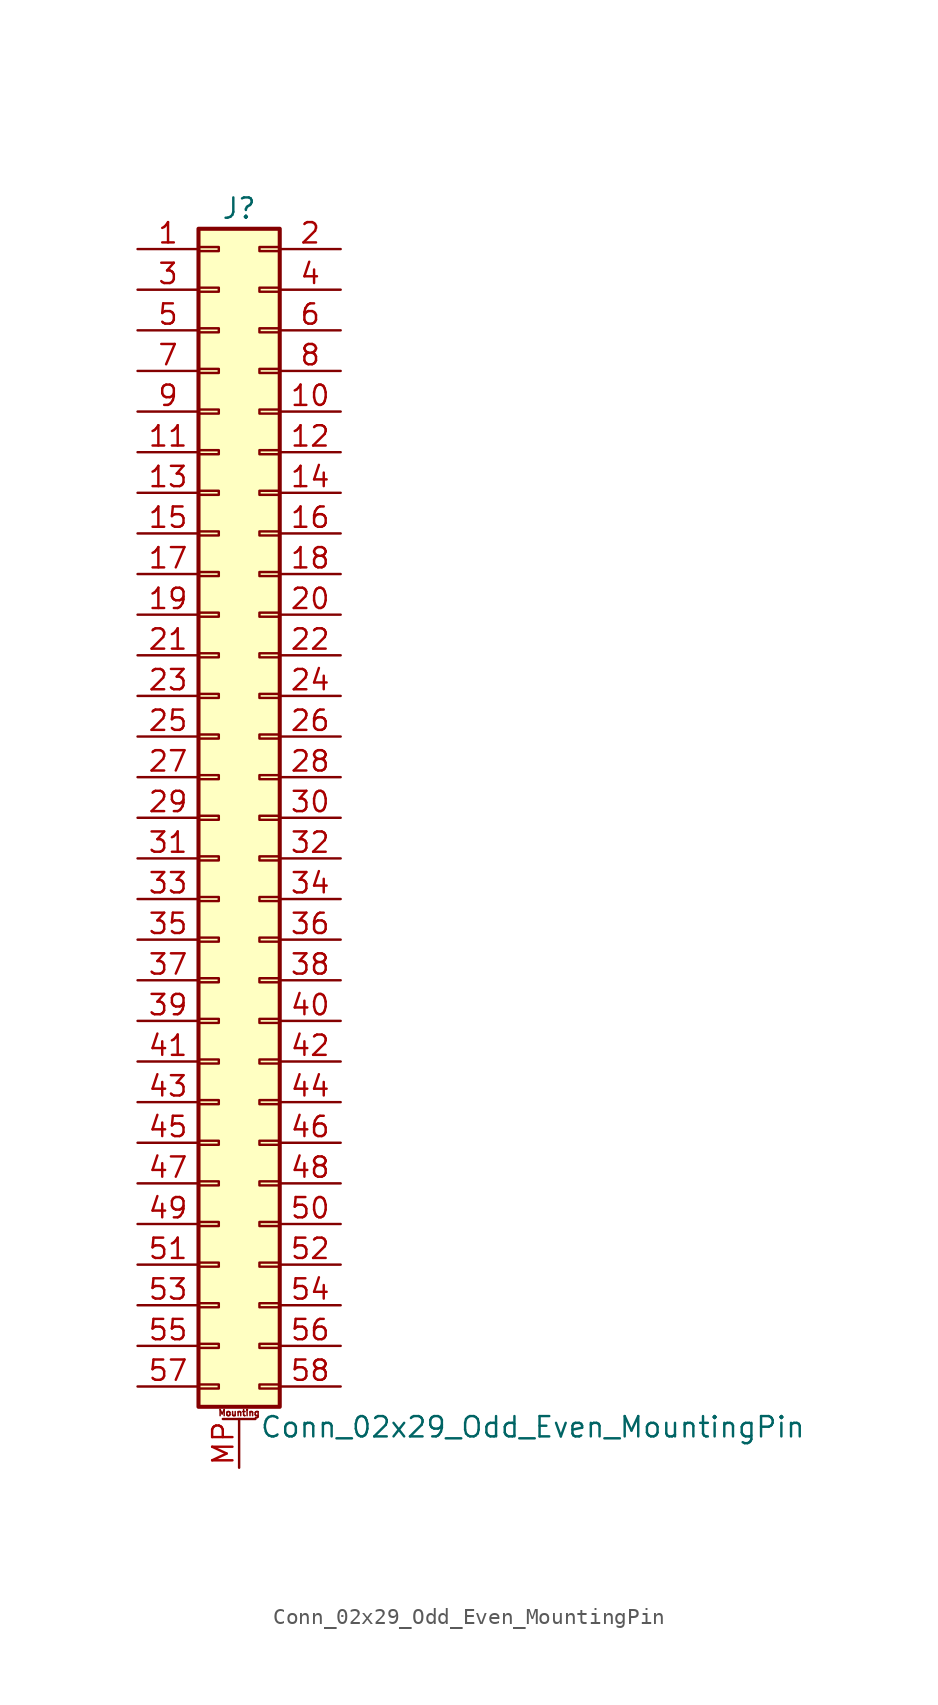
<source format=kicad_sym>
(kicad_symbol_lib
  (version 20201005)
  (generator kicad_symbol_editor)
  (symbol "Connector_Generic_MountingPin:Conn_02x29_Odd_Even_MountingPin"
    (pin_names
      (offset 1.016) hide)
    (property "Reference" "J"
      (at 1.27 38.1 0)
      (effects (font (size 1.27 1.27))))
    (property "Value" "Conn_02x29_Odd_Even_MountingPin"
      (at 2.54 -38.1 0)
      (effects (font (size 1.27 1.27)) (justify left)))
    (symbol "Conn_02x29_Odd_Even_MountingPin_1_1"
      (text "Mounting" (at 1.27 -37.211 0) (effects (font (size 0.381 0.381))))
      (rectangle (start -1.27 -27.813) (end 0 -28.067) (stroke (width 0.152)) (fill (type none)))
      (rectangle (start -1.27 -30.353) (end 0 -30.607) (stroke (width 0.152)) (fill (type none)))
      (rectangle (start -1.27 -32.893) (end 0 -33.147) (stroke (width 0.152)) (fill (type none)))
      (rectangle (start -1.27 -35.433) (end 0 -35.687) (stroke (width 0.152)) (fill (type none)))
      (rectangle (start -1.27 -4.953) (end 0 -5.207) (stroke (width 0.152)) (fill (type none)))
      (rectangle (start -1.27 -7.493) (end 0 -7.747) (stroke (width 0.152)) (fill (type none)))
      (rectangle (start -1.27 -10.033) (end 0 -10.287) (stroke (width 0.152)) (fill (type none)))
      (rectangle (start -1.27 -12.573) (end 0 -12.827) (stroke (width 0.152)) (fill (type none)))
      (rectangle (start -1.27 -15.113) (end 0 -15.367) (stroke (width 0.152)) (fill (type none)))
      (rectangle (start -1.27 -17.653) (end 0 -17.907) (stroke (width 0.152)) (fill (type none)))
      (rectangle (start -1.27 -20.193) (end 0 -20.447) (stroke (width 0.152)) (fill (type none)))
      (rectangle (start -1.27 -22.733) (end 0 -22.987) (stroke (width 0.152)) (fill (type none)))
      (rectangle (start -1.27 -2.413) (end 0 -2.667) (stroke (width 0.152)) (fill (type none)))
      (rectangle (start -1.27 -25.273) (end 0 -25.527) (stroke (width 0.152)) (fill (type none)))
      (rectangle (start -1.27 25.527) (end 0 25.273) (stroke (width 0.152)) (fill (type none)))
      (rectangle (start -1.27 2.667) (end 0 2.413) (stroke (width 0.152)) (fill (type none)))
      (rectangle (start -1.27 28.067) (end 0 27.813) (stroke (width 0.152)) (fill (type none)))
      (rectangle (start -1.27 30.607) (end 0 30.353) (stroke (width 0.152)) (fill (type none)))
      (rectangle (start -1.27 33.147) (end 0 32.893) (stroke (width 0.152)) (fill (type none)))
      (rectangle (start -1.27 35.687) (end 0 35.433) (stroke (width 0.152)) (fill (type none)))
      (rectangle (start -1.27 36.83) (end 3.81 -36.83) (stroke (width 0.254)) (fill (type background)))
      (rectangle (start -1.27 5.207) (end 0 4.953) (stroke (width 0.152)) (fill (type none)))
      (rectangle (start -1.27 7.747) (end 0 7.493) (stroke (width 0.152)) (fill (type none)))
      (rectangle (start -1.27 10.287) (end 0 10.033) (stroke (width 0.152)) (fill (type none)))
      (rectangle (start -1.27 0.127) (end 0 -0.127) (stroke (width 0.152)) (fill (type none)))
      (rectangle (start -1.27 12.827) (end 0 12.573) (stroke (width 0.152)) (fill (type none)))
      (rectangle (start -1.27 15.367) (end 0 15.113) (stroke (width 0.152)) (fill (type none)))
      (rectangle (start -1.27 17.907) (end 0 17.653) (stroke (width 0.152)) (fill (type none)))
      (rectangle (start -1.27 20.447) (end 0 20.193) (stroke (width 0.152)) (fill (type none)))
      (rectangle (start -1.27 22.987) (end 0 22.733) (stroke (width 0.152)) (fill (type none)))
      (rectangle (start 3.81 -27.813) (end 2.54 -28.067) (stroke (width 0.152)) (fill (type none)))
      (rectangle (start 3.81 -30.353) (end 2.54 -30.607) (stroke (width 0.152)) (fill (type none)))
      (rectangle (start 3.81 -32.893) (end 2.54 -33.147) (stroke (width 0.152)) (fill (type none)))
      (rectangle (start 3.81 -35.433) (end 2.54 -35.687) (stroke (width 0.152)) (fill (type none)))
      (rectangle (start 3.81 -4.953) (end 2.54 -5.207) (stroke (width 0.152)) (fill (type none)))
      (rectangle (start 3.81 -7.493) (end 2.54 -7.747) (stroke (width 0.152)) (fill (type none)))
      (rectangle (start 3.81 -10.033) (end 2.54 -10.287) (stroke (width 0.152)) (fill (type none)))
      (rectangle (start 3.81 -12.573) (end 2.54 -12.827) (stroke (width 0.152)) (fill (type none)))
      (rectangle (start 3.81 -15.113) (end 2.54 -15.367) (stroke (width 0.152)) (fill (type none)))
      (rectangle (start 3.81 -17.653) (end 2.54 -17.907) (stroke (width 0.152)) (fill (type none)))
      (rectangle (start 3.81 -20.193) (end 2.54 -20.447) (stroke (width 0.152)) (fill (type none)))
      (rectangle (start 3.81 -22.733) (end 2.54 -22.987) (stroke (width 0.152)) (fill (type none)))
      (rectangle (start 3.81 -2.413) (end 2.54 -2.667) (stroke (width 0.152)) (fill (type none)))
      (rectangle (start 3.81 -25.273) (end 2.54 -25.527) (stroke (width 0.152)) (fill (type none)))
      (rectangle (start 3.81 25.527) (end 2.54 25.273) (stroke (width 0.152)) (fill (type none)))
      (rectangle (start 3.81 2.667) (end 2.54 2.413) (stroke (width 0.152)) (fill (type none)))
      (rectangle (start 3.81 28.067) (end 2.54 27.813) (stroke (width 0.152)) (fill (type none)))
      (rectangle (start 3.81 30.607) (end 2.54 30.353) (stroke (width 0.152)) (fill (type none)))
      (rectangle (start 3.81 33.147) (end 2.54 32.893) (stroke (width 0.152)) (fill (type none)))
      (rectangle (start 3.81 35.687) (end 2.54 35.433) (stroke (width 0.152)) (fill (type none)))
      (rectangle (start 3.81 5.207) (end 2.54 4.953) (stroke (width 0.152)) (fill (type none)))
      (rectangle (start 3.81 7.747) (end 2.54 7.493) (stroke (width 0.152)) (fill (type none)))
      (rectangle (start 3.81 10.287) (end 2.54 10.033) (stroke (width 0.152)) (fill (type none)))
      (rectangle (start 3.81 0.127) (end 2.54 -0.127) (stroke (width 0.152)) (fill (type none)))
      (rectangle (start 3.81 12.827) (end 2.54 12.573) (stroke (width 0.152)) (fill (type none)))
      (rectangle (start 3.81 15.367) (end 2.54 15.113) (stroke (width 0.152)) (fill (type none)))
      (rectangle (start 3.81 17.907) (end 2.54 17.653) (stroke (width 0.152)) (fill (type none)))
      (rectangle (start 3.81 20.447) (end 2.54 20.193) (stroke (width 0.152)) (fill (type none)))
      (rectangle (start 3.81 22.987) (end 2.54 22.733) (stroke (width 0.152)) (fill (type none)))
      (polyline (pts (xy 0.254 -37.592) (xy 2.286 -37.592)) (stroke (width 0.152)) (fill (type none)))
      (pin passive line (at 1.27 -40.64 90) (length 3.048) (name "MountPin" (effects (font (size 1.27 1.27)))) (number "MP" (effects (font (size 1.27 1.27)))))
      (pin passive line (at -5.08 35.56 0) (length 3.81) (name "Pin_1" (effects (font (size 1.27 1.27)))) (number "1" (effects (font (size 1.27 1.27)))))
      (pin passive line (at 7.62 25.4 180) (length 3.81) (name "Pin_10" (effects (font (size 1.27 1.27)))) (number "10" (effects (font (size 1.27 1.27)))))
      (pin passive line (at -5.08 22.86 0) (length 3.81) (name "Pin_11" (effects (font (size 1.27 1.27)))) (number "11" (effects (font (size 1.27 1.27)))))
      (pin passive line (at 7.62 22.86 180) (length 3.81) (name "Pin_12" (effects (font (size 1.27 1.27)))) (number "12" (effects (font (size 1.27 1.27)))))
      (pin passive line (at -5.08 20.32 0) (length 3.81) (name "Pin_13" (effects (font (size 1.27 1.27)))) (number "13" (effects (font (size 1.27 1.27)))))
      (pin passive line (at 7.62 20.32 180) (length 3.81) (name "Pin_14" (effects (font (size 1.27 1.27)))) (number "14" (effects (font (size 1.27 1.27)))))
      (pin passive line (at -5.08 17.78 0) (length 3.81) (name "Pin_15" (effects (font (size 1.27 1.27)))) (number "15" (effects (font (size 1.27 1.27)))))
      (pin passive line (at 7.62 17.78 180) (length 3.81) (name "Pin_16" (effects (font (size 1.27 1.27)))) (number "16" (effects (font (size 1.27 1.27)))))
      (pin passive line (at -5.08 15.24 0) (length 3.81) (name "Pin_17" (effects (font (size 1.27 1.27)))) (number "17" (effects (font (size 1.27 1.27)))))
      (pin passive line (at 7.62 15.24 180) (length 3.81) (name "Pin_18" (effects (font (size 1.27 1.27)))) (number "18" (effects (font (size 1.27 1.27)))))
      (pin passive line (at -5.08 12.7 0) (length 3.81) (name "Pin_19" (effects (font (size 1.27 1.27)))) (number "19" (effects (font (size 1.27 1.27)))))
      (pin passive line (at 7.62 35.56 180) (length 3.81) (name "Pin_2" (effects (font (size 1.27 1.27)))) (number "2" (effects (font (size 1.27 1.27)))))
      (pin passive line (at 7.62 12.7 180) (length 3.81) (name "Pin_20" (effects (font (size 1.27 1.27)))) (number "20" (effects (font (size 1.27 1.27)))))
      (pin passive line (at -5.08 10.16 0) (length 3.81) (name "Pin_21" (effects (font (size 1.27 1.27)))) (number "21" (effects (font (size 1.27 1.27)))))
      (pin passive line (at 7.62 10.16 180) (length 3.81) (name "Pin_22" (effects (font (size 1.27 1.27)))) (number "22" (effects (font (size 1.27 1.27)))))
      (pin passive line (at -5.08 7.62 0) (length 3.81) (name "Pin_23" (effects (font (size 1.27 1.27)))) (number "23" (effects (font (size 1.27 1.27)))))
      (pin passive line (at 7.62 7.62 180) (length 3.81) (name "Pin_24" (effects (font (size 1.27 1.27)))) (number "24" (effects (font (size 1.27 1.27)))))
      (pin passive line (at -5.08 5.08 0) (length 3.81) (name "Pin_25" (effects (font (size 1.27 1.27)))) (number "25" (effects (font (size 1.27 1.27)))))
      (pin passive line (at 7.62 5.08 180) (length 3.81) (name "Pin_26" (effects (font (size 1.27 1.27)))) (number "26" (effects (font (size 1.27 1.27)))))
      (pin passive line (at -5.08 2.54 0) (length 3.81) (name "Pin_27" (effects (font (size 1.27 1.27)))) (number "27" (effects (font (size 1.27 1.27)))))
      (pin passive line (at 7.62 2.54 180) (length 3.81) (name "Pin_28" (effects (font (size 1.27 1.27)))) (number "28" (effects (font (size 1.27 1.27)))))
      (pin passive line (at -5.08 0 0) (length 3.81) (name "Pin_29" (effects (font (size 1.27 1.27)))) (number "29" (effects (font (size 1.27 1.27)))))
      (pin passive line (at -5.08 33.02 0) (length 3.81) (name "Pin_3" (effects (font (size 1.27 1.27)))) (number "3" (effects (font (size 1.27 1.27)))))
      (pin passive line (at 7.62 0 180) (length 3.81) (name "Pin_30" (effects (font (size 1.27 1.27)))) (number "30" (effects (font (size 1.27 1.27)))))
      (pin passive line (at -5.08 -2.54 0) (length 3.81) (name "Pin_31" (effects (font (size 1.27 1.27)))) (number "31" (effects (font (size 1.27 1.27)))))
      (pin passive line (at 7.62 -2.54 180) (length 3.81) (name "Pin_32" (effects (font (size 1.27 1.27)))) (number "32" (effects (font (size 1.27 1.27)))))
      (pin passive line (at -5.08 -5.08 0) (length 3.81) (name "Pin_33" (effects (font (size 1.27 1.27)))) (number "33" (effects (font (size 1.27 1.27)))))
      (pin passive line (at 7.62 -5.08 180) (length 3.81) (name "Pin_34" (effects (font (size 1.27 1.27)))) (number "34" (effects (font (size 1.27 1.27)))))
      (pin passive line (at -5.08 -7.62 0) (length 3.81) (name "Pin_35" (effects (font (size 1.27 1.27)))) (number "35" (effects (font (size 1.27 1.27)))))
      (pin passive line (at 7.62 -7.62 180) (length 3.81) (name "Pin_36" (effects (font (size 1.27 1.27)))) (number "36" (effects (font (size 1.27 1.27)))))
      (pin passive line (at -5.08 -10.16 0) (length 3.81) (name "Pin_37" (effects (font (size 1.27 1.27)))) (number "37" (effects (font (size 1.27 1.27)))))
      (pin passive line (at 7.62 -10.16 180) (length 3.81) (name "Pin_38" (effects (font (size 1.27 1.27)))) (number "38" (effects (font (size 1.27 1.27)))))
      (pin passive line (at -5.08 -12.7 0) (length 3.81) (name "Pin_39" (effects (font (size 1.27 1.27)))) (number "39" (effects (font (size 1.27 1.27)))))
      (pin passive line (at 7.62 33.02 180) (length 3.81) (name "Pin_4" (effects (font (size 1.27 1.27)))) (number "4" (effects (font (size 1.27 1.27)))))
      (pin passive line (at 7.62 -12.7 180) (length 3.81) (name "Pin_40" (effects (font (size 1.27 1.27)))) (number "40" (effects (font (size 1.27 1.27)))))
      (pin passive line (at -5.08 -15.24 0) (length 3.81) (name "Pin_41" (effects (font (size 1.27 1.27)))) (number "41" (effects (font (size 1.27 1.27)))))
      (pin passive line (at 7.62 -15.24 180) (length 3.81) (name "Pin_42" (effects (font (size 1.27 1.27)))) (number "42" (effects (font (size 1.27 1.27)))))
      (pin passive line (at -5.08 -17.78 0) (length 3.81) (name "Pin_43" (effects (font (size 1.27 1.27)))) (number "43" (effects (font (size 1.27 1.27)))))
      (pin passive line (at 7.62 -17.78 180) (length 3.81) (name "Pin_44" (effects (font (size 1.27 1.27)))) (number "44" (effects (font (size 1.27 1.27)))))
      (pin passive line (at -5.08 -20.32 0) (length 3.81) (name "Pin_45" (effects (font (size 1.27 1.27)))) (number "45" (effects (font (size 1.27 1.27)))))
      (pin passive line (at 7.62 -20.32 180) (length 3.81) (name "Pin_46" (effects (font (size 1.27 1.27)))) (number "46" (effects (font (size 1.27 1.27)))))
      (pin passive line (at -5.08 -22.86 0) (length 3.81) (name "Pin_47" (effects (font (size 1.27 1.27)))) (number "47" (effects (font (size 1.27 1.27)))))
      (pin passive line (at 7.62 -22.86 180) (length 3.81) (name "Pin_48" (effects (font (size 1.27 1.27)))) (number "48" (effects (font (size 1.27 1.27)))))
      (pin passive line (at -5.08 -25.4 0) (length 3.81) (name "Pin_49" (effects (font (size 1.27 1.27)))) (number "49" (effects (font (size 1.27 1.27)))))
      (pin passive line (at -5.08 30.48 0) (length 3.81) (name "Pin_5" (effects (font (size 1.27 1.27)))) (number "5" (effects (font (size 1.27 1.27)))))
      (pin passive line (at 7.62 -25.4 180) (length 3.81) (name "Pin_50" (effects (font (size 1.27 1.27)))) (number "50" (effects (font (size 1.27 1.27)))))
      (pin passive line (at -5.08 -27.94 0) (length 3.81) (name "Pin_51" (effects (font (size 1.27 1.27)))) (number "51" (effects (font (size 1.27 1.27)))))
      (pin passive line (at 7.62 -27.94 180) (length 3.81) (name "Pin_52" (effects (font (size 1.27 1.27)))) (number "52" (effects (font (size 1.27 1.27)))))
      (pin passive line (at -5.08 -30.48 0) (length 3.81) (name "Pin_53" (effects (font (size 1.27 1.27)))) (number "53" (effects (font (size 1.27 1.27)))))
      (pin passive line (at 7.62 -30.48 180) (length 3.81) (name "Pin_54" (effects (font (size 1.27 1.27)))) (number "54" (effects (font (size 1.27 1.27)))))
      (pin passive line (at -5.08 -33.02 0) (length 3.81) (name "Pin_55" (effects (font (size 1.27 1.27)))) (number "55" (effects (font (size 1.27 1.27)))))
      (pin passive line (at 7.62 -33.02 180) (length 3.81) (name "Pin_56" (effects (font (size 1.27 1.27)))) (number "56" (effects (font (size 1.27 1.27)))))
      (pin passive line (at -5.08 -35.56 0) (length 3.81) (name "Pin_57" (effects (font (size 1.27 1.27)))) (number "57" (effects (font (size 1.27 1.27)))))
      (pin passive line (at 7.62 -35.56 180) (length 3.81) (name "Pin_58" (effects (font (size 1.27 1.27)))) (number "58" (effects (font (size 1.27 1.27)))))
      (pin passive line (at 7.62 30.48 180) (length 3.81) (name "Pin_6" (effects (font (size 1.27 1.27)))) (number "6" (effects (font (size 1.27 1.27)))))
      (pin passive line (at -5.08 27.94 0) (length 3.81) (name "Pin_7" (effects (font (size 1.27 1.27)))) (number "7" (effects (font (size 1.27 1.27)))))
      (pin passive line (at 7.62 27.94 180) (length 3.81) (name "Pin_8" (effects (font (size 1.27 1.27)))) (number "8" (effects (font (size 1.27 1.27)))))
      (pin passive line (at -5.08 25.4 0) (length 3.81) (name "Pin_9" (effects (font (size 1.27 1.27)))) (number "9" (effects (font (size 1.27 1.27))))))))
</source>
